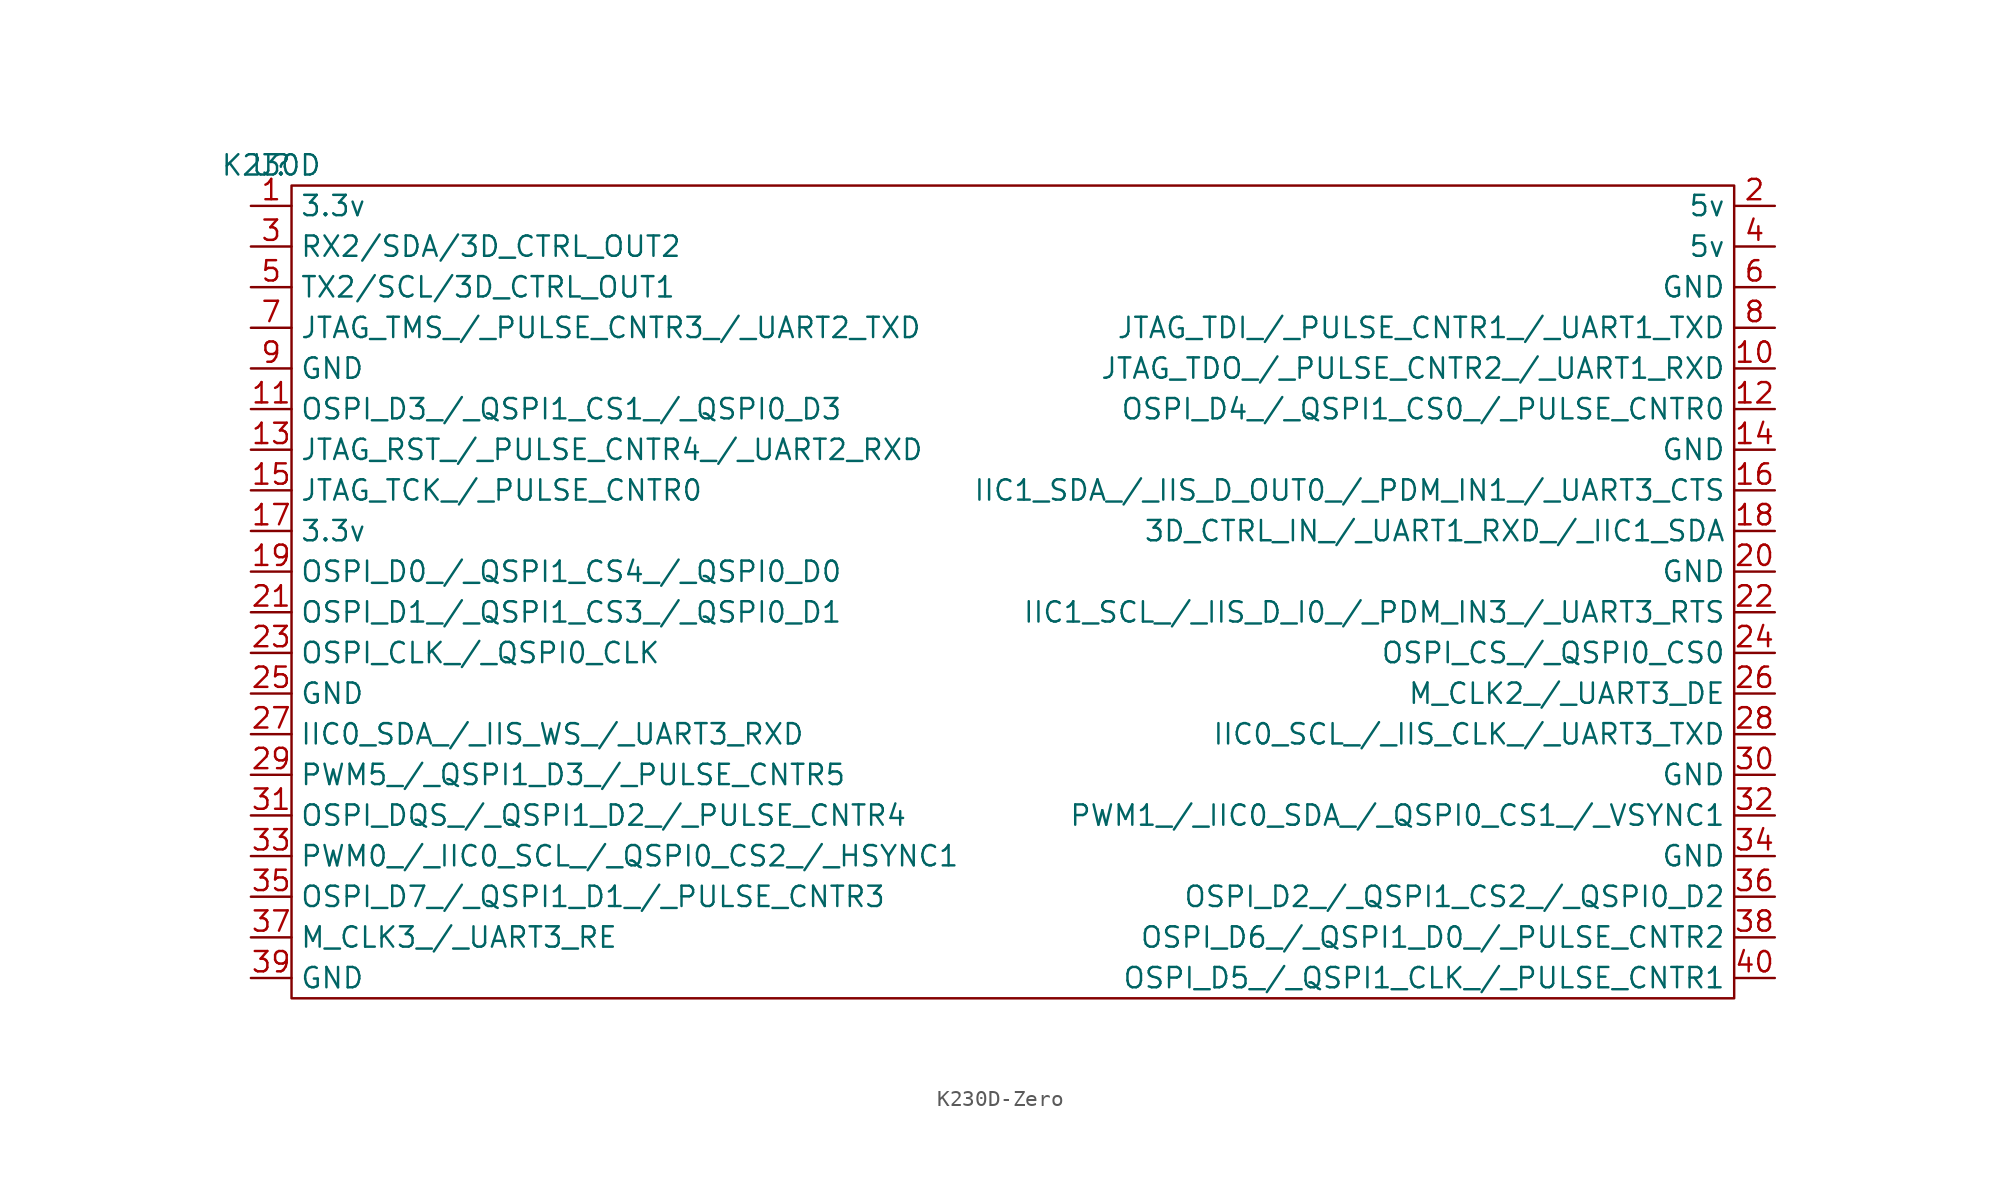
<source format=kicad_sym>
(kicad_symbol_lib
  (version 20241209)
  (generator "kicad_symbol_editor")
  (generator_version "9.0")
  (symbol "K230D-Zero"
    (property "Reference" "U"
      (at 0 0 0)
      (effects (font (size 1.27 1.27))))
    (property "Value" "K230D"
      (at 0 0 0)
      (effects (font (size 1.27 1.27))))
    (symbol "K230D-Zero_0_1"
      (rectangle (start 1.27 -1.27) (end 91.44 -52.07) (stroke (width 0) (type default)) (fill (type none))))
    (symbol "K230D-Zero_1_1"
      (pin power_in line (at -1.27 -2.54 0) (length 2.54) (name "3.3v" (effects (font (size 1.27 1.27)))) (number "1" (effects (font (size 1.27 1.27)))))
      (pin input line (at -1.27 -5.08 0) (length 2.54) (name "RX2/SDA/3D_CTRL_OUT2" (effects (font (size 1.27 1.27)))) (number "3" (effects (font (size 1.27 1.27)))))
      (pin bidirectional line (at -1.27 -7.62 0) (length 2.54) (name "TX2/SCL/3D_CTRL_OUT1" (effects (font (size 1.27 1.27)))) (number "5" (effects (font (size 1.27 1.27)))))
      (pin output line (at -1.27 -10.16 0) (length 2.54) (name "JTAG_TMS_/_PULSE_CNTR3_/_UART2_TXD" (effects (font (size 1.27 1.27)))) (number "7" (effects (font (size 1.27 1.27)))))
      (pin bidirectional line (at -1.27 -12.7 0) (length 2.54) (name "GND" (effects (font (size 1.27 1.27)))) (number "9" (effects (font (size 1.27 1.27)))))
      (pin bidirectional line (at -1.27 -15.24 0) (length 2.54) (name "OSPI_D3_/_QSPI1_CS1_/_QSPI0_D3" (effects (font (size 1.27 1.27)))) (number "11" (effects (font (size 1.27 1.27)))))
      (pin bidirectional line (at -1.27 -17.78 0) (length 2.54) (name "JTAG_RST_/_PULSE_CNTR4_/_UART2_RXD" (effects (font (size 1.27 1.27)))) (number "13" (effects (font (size 1.27 1.27)))))
      (pin bidirectional line (at -1.27 -20.32 0) (length 2.54) (name "JTAG_TCK_/_PULSE_CNTR0" (effects (font (size 1.27 1.27)))) (number "15" (effects (font (size 1.27 1.27)))))
      (pin bidirectional line (at -1.27 -22.86 0) (length 2.54) (name "3.3v" (effects (font (size 1.27 1.27)))) (number "17" (effects (font (size 1.27 1.27)))))
      (pin bidirectional line (at -1.27 -25.4 0) (length 2.54) (name "OSPI_D0_/_QSPI1_CS4_/_QSPI0_D0" (effects (font (size 1.27 1.27)))) (number "19" (effects (font (size 1.27 1.27)))))
      (pin bidirectional line (at -1.27 -27.94 0) (length 2.54) (name "OSPI_D1_/_QSPI1_CS3_/_QSPI0_D1" (effects (font (size 1.27 1.27)))) (number "21" (effects (font (size 1.27 1.27)))))
      (pin bidirectional line (at -1.27 -30.48 0) (length 2.54) (name "OSPI_CLK_/_QSPI0_CLK" (effects (font (size 1.27 1.27)))) (number "23" (effects (font (size 1.27 1.27)))))
      (pin bidirectional line (at -1.27 -33.02 0) (length 2.54) (name "GND" (effects (font (size 1.27 1.27)))) (number "25" (effects (font (size 1.27 1.27)))))
      (pin bidirectional line (at -1.27 -35.56 0) (length 2.54) (name "IIC0_SDA_/_IIS_WS_/_UART3_RXD" (effects (font (size 1.27 1.27)))) (number "27" (effects (font (size 1.27 1.27)))))
      (pin bidirectional line (at -1.27 -38.1 0) (length 2.54) (name "PWM5_/_QSPI1_D3_/_PULSE_CNTR5" (effects (font (size 1.27 1.27)))) (number "29" (effects (font (size 1.27 1.27)))))
      (pin bidirectional line (at -1.27 -40.64 0) (length 2.54) (name "OSPI_DQS_/_QSPI1_D2_/_PULSE_CNTR4" (effects (font (size 1.27 1.27)))) (number "31" (effects (font (size 1.27 1.27)))))
      (pin bidirectional line (at -1.27 -43.18 0) (length 2.54) (name "PWM0_/_IIC0_SCL_/_QSPI0_CS2_/_HSYNC1" (effects (font (size 1.27 1.27)))) (number "33" (effects (font (size 1.27 1.27)))))
      (pin bidirectional line (at -1.27 -45.72 0) (length 2.54) (name "OSPI_D7_/_QSPI1_D1_/_PULSE_CNTR3" (effects (font (size 1.27 1.27)))) (number "35" (effects (font (size 1.27 1.27)))))
      (pin bidirectional line (at -1.27 -48.26 0) (length 2.54) (name "M_CLK3_/_UART3_RE	" (effects (font (size 1.27 1.27)))) (number "37" (effects (font (size 1.27 1.27)))))
      (pin bidirectional line (at -1.27 -50.8 0) (length 2.54) (name "GND" (effects (font (size 1.27 1.27)))) (number "39" (effects (font (size 1.27 1.27)))))
      (pin power_in line (at 93.98 -2.54 180) (length 2.54) (name "5v" (effects (font (size 1.27 1.27)))) (number "2" (effects (font (size 1.27 1.27)))))
      (pin bidirectional line (at 93.98 -5.08 180) (length 2.54) (name "5v" (effects (font (size 1.27 1.27)))) (number "4" (effects (font (size 1.27 1.27)))))
      (pin bidirectional line (at 93.98 -7.62 180) (length 2.54) (name "GND" (effects (font (size 1.27 1.27)))) (number "6" (effects (font (size 1.27 1.27)))))
      (pin bidirectional line (at 93.98 -10.16 180) (length 2.54) (name "JTAG_TDI_/_PULSE_CNTR1_/_UART1_TXD" (effects (font (size 1.27 1.27)))) (number "8" (effects (font (size 1.27 1.27)))))
      (pin bidirectional line (at 93.98 -12.7 180) (length 2.54) (name "JTAG_TDO_/_PULSE_CNTR2_/_UART1_RXD" (effects (font (size 1.27 1.27)))) (number "10" (effects (font (size 1.27 1.27)))))
      (pin bidirectional line (at 93.98 -15.24 180) (length 2.54) (name "OSPI_D4_/_QSPI1_CS0_/_PULSE_CNTR0" (effects (font (size 1.27 1.27)))) (number "12" (effects (font (size 1.27 1.27)))))
      (pin bidirectional line (at 93.98 -17.78 180) (length 2.54) (name "GND" (effects (font (size 1.27 1.27)))) (number "14" (effects (font (size 1.27 1.27)))))
      (pin bidirectional line (at 93.98 -20.32 180) (length 2.54) (name "IIC1_SDA_/_IIS_D_OUT0_/_PDM_IN1_/_UART3_CTS" (effects (font (size 1.27 1.27)))) (number "16" (effects (font (size 1.27 1.27)))))
      (pin bidirectional line (at 93.98 -22.86 180) (length 2.54) (name "3D_CTRL_IN_/_UART1_RXD_/_IIC1_SDA" (effects (font (size 1.27 1.27)))) (number "18" (effects (font (size 1.27 1.27)))))
      (pin bidirectional line (at 93.98 -25.4 180) (length 2.54) (name "GND" (effects (font (size 1.27 1.27)))) (number "20" (effects (font (size 1.27 1.27)))))
      (pin bidirectional line (at 93.98 -27.94 180) (length 2.54) (name "IIC1_SCL_/_IIS_D_I0_/_PDM_IN3_/_UART3_RTS" (effects (font (size 1.27 1.27)))) (number "22" (effects (font (size 1.27 1.27)))))
      (pin bidirectional line (at 93.98 -30.48 180) (length 2.54) (name "OSPI_CS_/_QSPI0_CS0" (effects (font (size 1.27 1.27)))) (number "24" (effects (font (size 1.27 1.27)))))
      (pin bidirectional line (at 93.98 -33.02 180) (length 2.54) (name "M_CLK2_/_UART3_DE" (effects (font (size 1.27 1.27)))) (number "26" (effects (font (size 1.27 1.27)))))
      (pin bidirectional line (at 93.98 -35.56 180) (length 2.54) (name "IIC0_SCL_/_IIS_CLK_/_UART3_TXD" (effects (font (size 1.27 1.27)))) (number "28" (effects (font (size 1.27 1.27)))))
      (pin bidirectional line (at 93.98 -38.1 180) (length 2.54) (name "GND" (effects (font (size 1.27 1.27)))) (number "30" (effects (font (size 1.27 1.27)))))
      (pin bidirectional line (at 93.98 -40.64 180) (length 2.54) (name "PWM1_/_IIC0_SDA_/_QSPI0_CS1_/_VSYNC1" (effects (font (size 1.27 1.27)))) (number "32" (effects (font (size 1.27 1.27)))))
      (pin bidirectional line (at 93.98 -43.18 180) (length 2.54) (name "GND" (effects (font (size 1.27 1.27)))) (number "34" (effects (font (size 1.27 1.27)))))
      (pin bidirectional line (at 93.98 -45.72 180) (length 2.54) (name "OSPI_D2_/_QSPI1_CS2_/_QSPI0_D2" (effects (font (size 1.27 1.27)))) (number "36" (effects (font (size 1.27 1.27)))))
      (pin bidirectional line (at 93.98 -48.26 180) (length 2.54) (name "OSPI_D6_/_QSPI1_D0_/_PULSE_CNTR2" (effects (font (size 1.27 1.27)))) (number "38" (effects (font (size 1.27 1.27)))))
      (pin bidirectional line (at 93.98 -50.8 180) (length 2.54) (name "OSPI_D5_/_QSPI1_CLK_/_PULSE_CNTR1" (effects (font (size 1.27 1.27)))) (number "40" (effects (font (size 1.27 1.27))))))))
</source>
